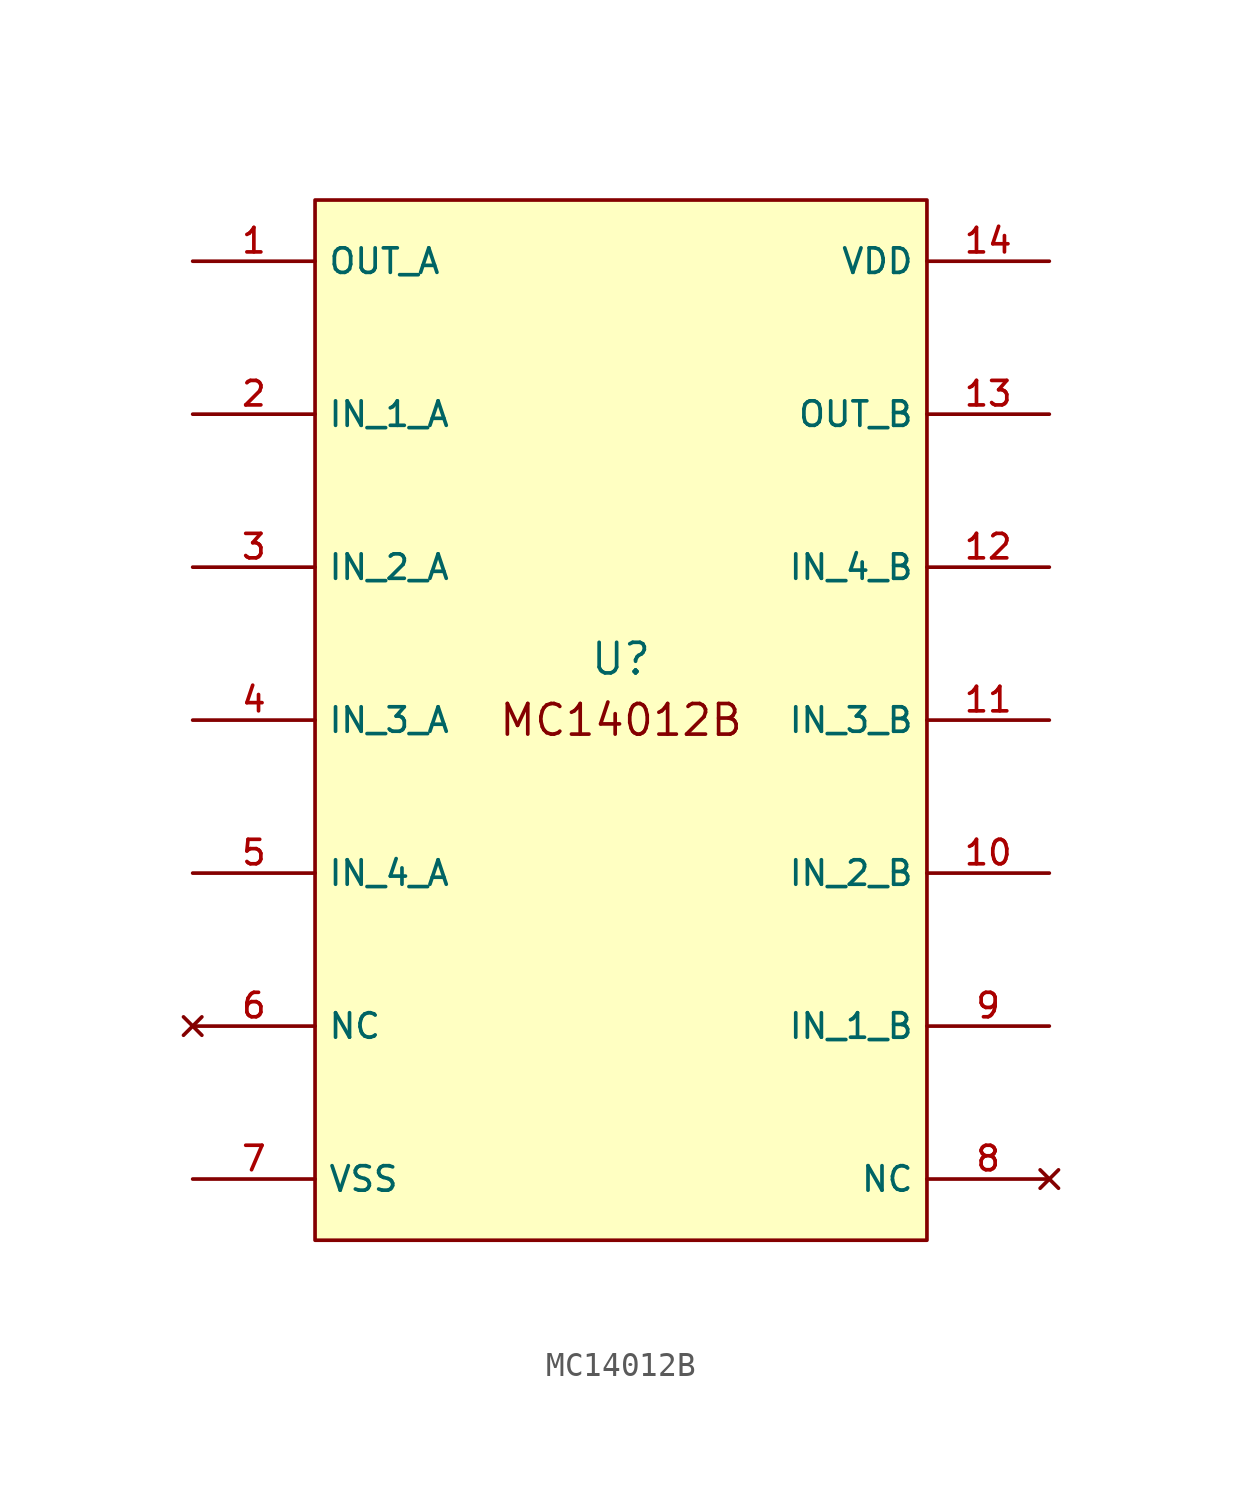
<source format=kicad_sym>
(kicad_symbol_lib
  (version 20220914)
  (generator kicad_symbol_editor)
  (symbol "MC14012B"
    (property "Reference" "U"
      (at 0 2.54 0)
      (effects (font (size 1.27 1.27))))
    (property "Value" ""
      (at 0 0 0)
      (effects (font (size 1.27 1.27))))
    (symbol "MC14012B_1_0"
      (rectangle (start -12.7 21.59) (end 12.7 -21.59) (stroke (width 0) (type default)) (fill (type background)))
      (pin output line (at -17.78 19.05 0) (length 5.08) (name "OUT_A" (effects (font (size 1.016 1.016)))) (number "1" (effects (font (size 1.016 1.016)))))
      (pin input line (at 17.78 -6.35 180) (length 5.08) (name "IN_2_B" (effects (font (size 1.016 1.016)))) (number "10" (effects (font (size 1.016 1.016)))))
      (pin input line (at 17.78 0 180) (length 5.08) (name "IN_3_B" (effects (font (size 1.016 1.016)))) (number "11" (effects (font (size 1.016 1.016)))))
      (pin input line (at 17.78 6.35 180) (length 5.08) (name "IN_4_B" (effects (font (size 1.016 1.016)))) (number "12" (effects (font (size 1.016 1.016)))))
      (pin output line (at 17.78 12.7 180) (length 5.08) (name "OUT_B" (effects (font (size 1.016 1.016)))) (number "13" (effects (font (size 1.016 1.016)))))
      (pin power_in line (at 17.78 19.05 180) (length 5.08) (name "VDD" (effects (font (size 1.016 1.016)))) (number "14" (effects (font (size 1.016 1.016)))))
      (pin input line (at -17.78 12.7 0) (length 5.08) (name "IN_1_A" (effects (font (size 1.016 1.016)))) (number "2" (effects (font (size 1.016 1.016)))))
      (pin input line (at -17.78 6.35 0) (length 5.08) (name "IN_2_A" (effects (font (size 1.016 1.016)))) (number "3" (effects (font (size 1.016 1.016)))))
      (pin input line (at -17.78 0 0) (length 5.08) (name "IN_3_A" (effects (font (size 1.016 1.016)))) (number "4" (effects (font (size 1.016 1.016)))))
      (pin input line (at -17.78 -6.35 0) (length 5.08) (name "IN_4_A" (effects (font (size 1.016 1.016)))) (number "5" (effects (font (size 1.016 1.016)))))
      (pin no_connect line (at -17.78 -12.7 0) (length 5.08) (name "NC" (effects (font (size 1.016 1.016)))) (number "6" (effects (font (size 1.016 1.016)))))
      (pin passive line (at -17.78 -19.05 0) (length 5.08) (name "VSS" (effects (font (size 1.016 1.016)))) (number "7" (effects (font (size 1.016 1.016)))))
      (pin no_connect line (at 17.78 -19.05 180) (length 5.08) (name "NC" (effects (font (size 1.016 1.016)))) (number "8" (effects (font (size 1.016 1.016)))))
      (pin input line (at 17.78 -12.7 180) (length 5.08) (name "IN_1_B" (effects (font (size 1.016 1.016)))) (number "9" (effects (font (size 1.016 1.016))))))
    (symbol "MC14012B_1_1"
      (text "MC14012B" (at 0 0 0) (effects (font (size 1.27 1.27)))))))
</source>
